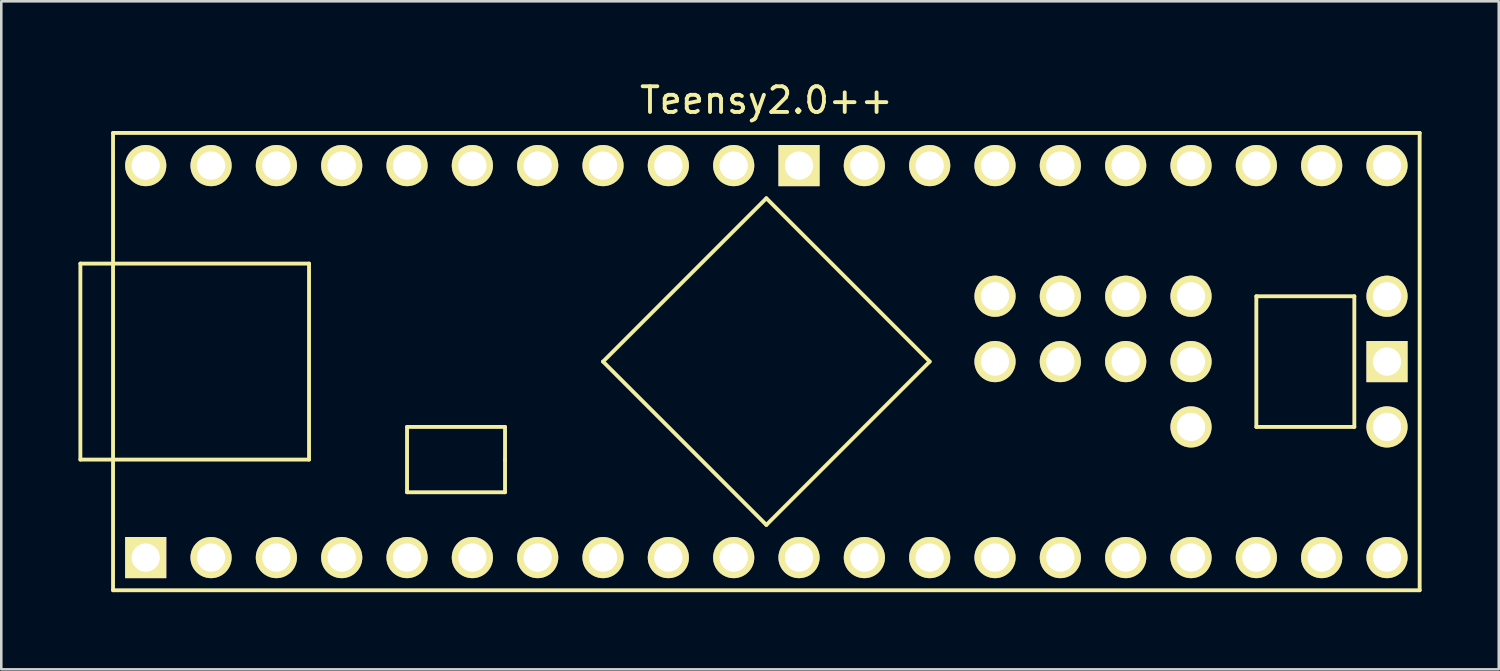
<source format=kicad_pcb>
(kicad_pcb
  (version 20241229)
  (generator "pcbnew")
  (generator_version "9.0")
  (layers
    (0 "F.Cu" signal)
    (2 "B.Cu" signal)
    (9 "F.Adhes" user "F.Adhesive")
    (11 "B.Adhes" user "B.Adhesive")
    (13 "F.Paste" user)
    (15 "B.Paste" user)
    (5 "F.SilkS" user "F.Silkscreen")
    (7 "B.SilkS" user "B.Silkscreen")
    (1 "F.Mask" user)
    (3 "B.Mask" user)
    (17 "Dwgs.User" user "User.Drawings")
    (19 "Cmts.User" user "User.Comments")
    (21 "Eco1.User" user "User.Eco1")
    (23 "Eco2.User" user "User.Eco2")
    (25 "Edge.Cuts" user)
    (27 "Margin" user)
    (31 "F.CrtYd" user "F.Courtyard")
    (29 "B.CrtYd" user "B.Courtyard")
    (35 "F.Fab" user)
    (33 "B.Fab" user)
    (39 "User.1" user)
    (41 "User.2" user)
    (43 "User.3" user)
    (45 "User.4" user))
  (footprint "Teensy2.0++"
    (layer "F.Cu")
    (at 26.745 11.008)
    (property "Reference" "Teensy2.0++" (at 0 -10.16 0) (layer "F.SilkS") (effects (font (size 1 1) (thickness 0.15))))
    (attr through_hole)
    (fp_line (start -26.67 -3.81) (end -26.67 3.81) (stroke (width 0.15) (type solid)) (layer "F.SilkS"))
    (fp_line (start -25.4 -8.89) (end 25.4 -8.89) (stroke (width 0.15) (type solid)) (layer "F.SilkS"))
    (fp_line (start -25.4 8.89) (end -25.4 -8.89) (stroke (width 0.15) (type solid)) (layer "F.SilkS"))
    (fp_line (start -17.78 -3.81) (end -26.67 -3.81) (stroke (width 0.15) (type solid)) (layer "F.SilkS"))
    (fp_line (start -17.78 3.81) (end -26.67 3.81) (stroke (width 0.15) (type solid)) (layer "F.SilkS"))
    (fp_line (start -17.78 3.81) (end -17.78 -3.81) (stroke (width 0.15) (type solid)) (layer "F.SilkS"))
    (fp_line (start -13.97 2.54) (end -13.97 5.08) (stroke (width 0.15) (type solid)) (layer "F.SilkS"))
    (fp_line (start -13.97 5.08) (end -10.16 5.08) (stroke (width 0.15) (type solid)) (layer "F.SilkS"))
    (fp_line (start -10.16 2.54) (end -13.97 2.54) (stroke (width 0.15) (type solid)) (layer "F.SilkS"))
    (fp_line (start -10.16 3.81) (end -10.16 2.54) (stroke (width 0.15) (type solid)) (layer "F.SilkS"))
    (fp_line (start -10.16 5.08) (end -10.16 3.81) (stroke (width 0.15) (type solid)) (layer "F.SilkS"))
    (fp_line (start -6.35 0) (end 0 -6.35) (stroke (width 0.15) (type solid)) (layer "F.SilkS"))
    (fp_line (start 0 -6.35) (end 6.35 0) (stroke (width 0.15) (type solid)) (layer "F.SilkS"))
    (fp_line (start 0 6.35) (end -6.35 0) (stroke (width 0.15) (type solid)) (layer "F.SilkS"))
    (fp_line (start 6.35 0) (end 0 6.35) (stroke (width 0.15) (type solid)) (layer "F.SilkS"))
    (fp_line (start 19.05 -2.54) (end 22.86 -2.54) (stroke (width 0.15) (type solid)) (layer "F.SilkS"))
    (fp_line (start 19.05 2.54) (end 19.05 -2.54) (stroke (width 0.15) (type solid)) (layer "F.SilkS"))
    (fp_line (start 22.86 -2.54) (end 22.86 2.54) (stroke (width 0.15) (type solid)) (layer "F.SilkS"))
    (fp_line (start 22.86 2.54) (end 19.05 2.54) (stroke (width 0.15) (type solid)) (layer "F.SilkS"))
    (fp_line (start 25.4 -8.89) (end 25.4 8.89) (stroke (width 0.15) (type solid)) (layer "F.SilkS"))
    (fp_line (start 25.4 8.89) (end -25.4 8.89) (stroke (width 0.15) (type solid)) (layer "F.SilkS"))
    (pad "1" thru_hole rect (at -24.13 7.62) (size 1.6 1.6) (drill 1.1) (layers "*.Cu" "*.Mask" "F.SilkS"))
    (pad "2" thru_hole circle (at -21.59 7.62) (size 1.6 1.6) (drill 1.1) (layers "*.Cu" "*.Mask" "F.SilkS"))
    (pad "3" thru_hole circle (at -19.05 7.62) (size 1.6 1.6) (drill 1.1) (layers "*.Cu" "*.Mask" "F.SilkS"))
    (pad "4" thru_hole circle (at -16.51 7.62) (size 1.6 1.6) (drill 1.1) (layers "*.Cu" "*.Mask" "F.SilkS"))
    (pad "5" thru_hole circle (at -13.97 7.62) (size 1.6 1.6) (drill 1.1) (layers "*.Cu" "*.Mask" "F.SilkS"))
    (pad "6" thru_hole circle (at -11.43 7.62) (size 1.6 1.6) (drill 1.1) (layers "*.Cu" "*.Mask" "F.SilkS"))
    (pad "7" thru_hole circle (at -8.89 7.62) (size 1.6 1.6) (drill 1.1) (layers "*.Cu" "*.Mask" "F.SilkS"))
    (pad "8" thru_hole circle (at -6.35 7.62) (size 1.6 1.6) (drill 1.1) (layers "*.Cu" "*.Mask" "F.SilkS"))
    (pad "9" thru_hole circle (at -3.81 7.62) (size 1.6 1.6) (drill 1.1) (layers "*.Cu" "*.Mask" "F.SilkS"))
    (pad "10" thru_hole circle (at -1.27 7.62) (size 1.6 1.6) (drill 1.1) (layers "*.Cu" "*.Mask" "F.SilkS"))
    (pad "11" thru_hole circle (at 1.27 7.62) (size 1.6 1.6) (drill 1.1) (layers "*.Cu" "*.Mask" "F.SilkS"))
    (pad "12" thru_hole circle (at 3.81 7.62) (size 1.6 1.6) (drill 1.1) (layers "*.Cu" "*.Mask" "F.SilkS"))
    (pad "14" thru_hole circle (at 8.89 7.62) (size 1.6 1.6) (drill 1.1) (layers "*.Cu" "*.Mask" "F.SilkS"))
    (pad "15" thru_hole circle (at 11.43 7.62) (size 1.6 1.6) (drill 1.1) (layers "*.Cu" "*.Mask" "F.SilkS"))
    (pad "16" thru_hole circle (at 13.97 7.62) (size 1.6 1.6) (drill 1.1) (layers "*.Cu" "*.Mask" "F.SilkS"))
    (pad "17" thru_hole circle (at 16.51 7.62) (size 1.6 1.6) (drill 1.1) (layers "*.Cu" "*.Mask" "F.SilkS"))
    (pad "18" thru_hole circle (at 19.05 7.62) (size 1.6 1.6) (drill 1.1) (layers "*.Cu" "*.Mask" "F.SilkS"))
    (pad "19" thru_hole circle (at 6.35 7.62) (size 1.6 1.6) (drill 1.1) (layers "*.Cu" "*.Mask" "F.SilkS"))
    (pad "19" thru_hole circle (at 21.59 7.62) (size 1.6 1.6) (drill 1.1) (layers "*.Cu" "*.Mask" "F.SilkS"))
    (pad "20" thru_hole circle (at 24.13 7.62) (size 1.6 1.6) (drill 1.1) (layers "*.Cu" "*.Mask" "F.SilkS"))
    (pad "21" thru_hole circle (at 24.13 2.54) (size 1.6 1.6) (drill 1.1) (layers "*.Cu" "*.Mask" "F.SilkS"))
    (pad "22" thru_hole rect (at 24.13 0) (size 1.6 1.6) (drill 1.1) (layers "*.Cu" "*.Mask" "F.SilkS"))
    (pad "23" thru_hole circle (at 24.13 -2.54) (size 1.6 1.6) (drill 1.1) (layers "*.Cu" "*.Mask" "F.SilkS"))
    (pad "24" thru_hole circle (at 24.13 -7.62) (size 1.6 1.6) (drill 1.1) (layers "*.Cu" "*.Mask" "F.SilkS"))
    (pad "25" thru_hole circle (at 21.59 -7.62) (size 1.6 1.6) (drill 1.1) (layers "*.Cu" "*.Mask" "F.SilkS"))
    (pad "26" thru_hole circle (at 19.05 -7.62) (size 1.6 1.6) (drill 1.1) (layers "*.Cu" "*.Mask" "F.SilkS"))
    (pad "27" thru_hole circle (at 16.51 -7.62) (size 1.6 1.6) (drill 1.1) (layers "*.Cu" "*.Mask" "F.SilkS"))
    (pad "28" thru_hole circle (at 13.97 -7.62) (size 1.6 1.6) (drill 1.1) (layers "*.Cu" "*.Mask" "F.SilkS"))
    (pad "29" thru_hole circle (at 11.43 -7.62) (size 1.6 1.6) (drill 1.1) (layers "*.Cu" "*.Mask" "F.SilkS"))
    (pad "30" thru_hole circle (at 8.89 -7.62) (size 1.6 1.6) (drill 1.1) (layers "*.Cu" "*.Mask" "F.SilkS"))
    (pad "31" thru_hole circle (at 6.35 -7.62) (size 1.6 1.6) (drill 1.1) (layers "*.Cu" "*.Mask" "F.SilkS"))
    (pad "32" thru_hole circle (at 3.81 -7.62) (size 1.6 1.6) (drill 1.1) (layers "*.Cu" "*.Mask" "F.SilkS"))
    (pad "33" thru_hole rect (at 1.27 -7.62) (size 1.6 1.6) (drill 1.1) (layers "*.Cu" "*.Mask" "F.SilkS"))
    (pad "34" thru_hole circle (at -1.27 -7.62) (size 1.6 1.6) (drill 1.1) (layers "*.Cu" "*.Mask" "F.SilkS"))
    (pad "35" thru_hole circle (at -3.81 -7.62) (size 1.6 1.6) (drill 1.1) (layers "*.Cu" "*.Mask" "F.SilkS"))
    (pad "36" thru_hole circle (at -6.35 -7.62) (size 1.6 1.6) (drill 1.1) (layers "*.Cu" "*.Mask" "F.SilkS"))
    (pad "37" thru_hole circle (at -8.89 -7.62) (size 1.6 1.6) (drill 1.1) (layers "*.Cu" "*.Mask" "F.SilkS"))
    (pad "38" thru_hole circle (at -11.43 -7.62) (size 1.6 1.6) (drill 1.1) (layers "*.Cu" "*.Mask" "F.SilkS"))
    (pad "39" thru_hole circle (at -13.97 -7.62) (size 1.6 1.6) (drill 1.1) (layers "*.Cu" "*.Mask" "F.SilkS"))
    (pad "40" thru_hole circle (at -16.51 -7.62) (size 1.6 1.6) (drill 1.1) (layers "*.Cu" "*.Mask" "F.SilkS"))
    (pad "41" thru_hole circle (at -19.05 -7.62) (size 1.6 1.6) (drill 1.1) (layers "*.Cu" "*.Mask" "F.SilkS"))
    (pad "42" thru_hole circle (at -21.59 -7.62) (size 1.6 1.6) (drill 1.1) (layers "*.Cu" "*.Mask" "F.SilkS"))
    (pad "43" thru_hole circle (at -24.13 -7.62) (size 1.6 1.6) (drill 1.1) (layers "*.Cu" "*.Mask" "F.SilkS"))
    (pad "44" thru_hole circle (at 8.89 -2.54) (size 1.6 1.6) (drill 1.1) (layers "*.Cu" "*.Mask" "F.SilkS"))
    (pad "45" thru_hole circle (at 11.43 -2.54) (size 1.6 1.6) (drill 1.1) (layers "*.Cu" "*.Mask" "F.SilkS"))
    (pad "46" thru_hole circle (at 13.97 -2.54) (size 1.6 1.6) (drill 1.1) (layers "*.Cu" "*.Mask" "F.SilkS"))
    (pad "47" thru_hole circle (at 16.51 -2.54) (size 1.6 1.6) (drill 1.1) (layers "*.Cu" "*.Mask" "F.SilkS"))
    (pad "48" thru_hole circle (at 8.89 0) (size 1.6 1.6) (drill 1.1) (layers "*.Cu" "*.Mask" "F.SilkS"))
    (pad "49" thru_hole circle (at 11.43 0) (size 1.6 1.6) (drill 1.1) (layers "*.Cu" "*.Mask" "F.SilkS"))
    (pad "50" thru_hole circle (at 13.97 0) (size 1.6 1.6) (drill 1.1) (layers "*.Cu" "*.Mask" "F.SilkS"))
    (pad "51" thru_hole circle (at 16.51 0) (size 1.6 1.6) (drill 1.1) (layers "*.Cu" "*.Mask" "F.SilkS"))
    (pad "52" thru_hole circle (at 16.51 2.54) (size 1.6 1.6) (drill 1.1) (layers "*.Cu" "*.Mask" "F.SilkS")))
  (gr_rect
    (start -3 -3)
    (end 55.22 22.973)
    (stroke (width 0.1) (type default))
    (fill no)
    (layer "Edge.Cuts")))
</source>
